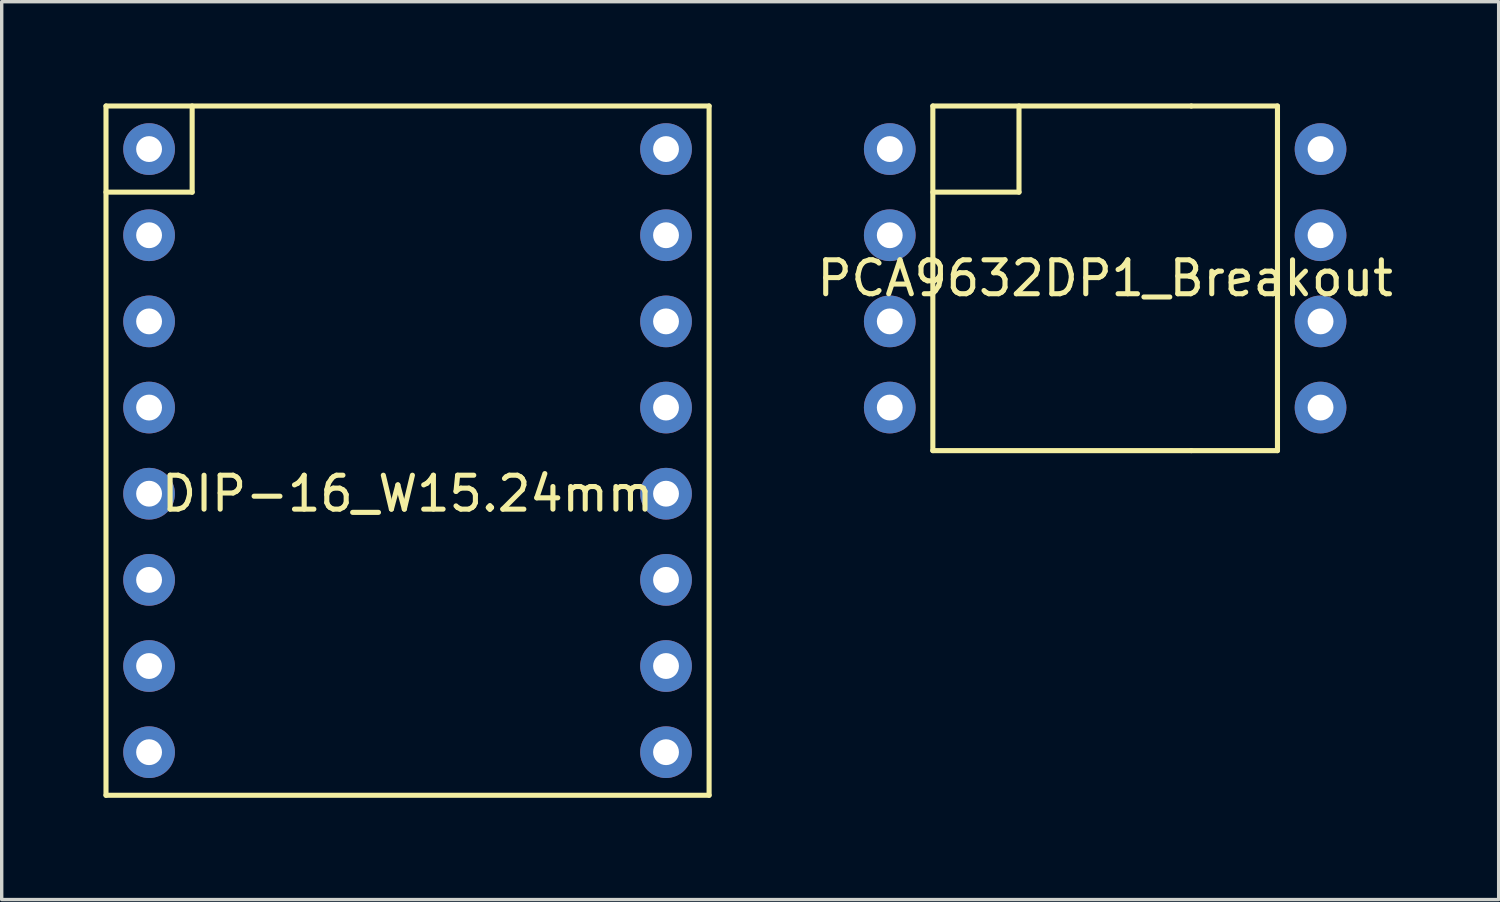
<source format=kicad_pcb>
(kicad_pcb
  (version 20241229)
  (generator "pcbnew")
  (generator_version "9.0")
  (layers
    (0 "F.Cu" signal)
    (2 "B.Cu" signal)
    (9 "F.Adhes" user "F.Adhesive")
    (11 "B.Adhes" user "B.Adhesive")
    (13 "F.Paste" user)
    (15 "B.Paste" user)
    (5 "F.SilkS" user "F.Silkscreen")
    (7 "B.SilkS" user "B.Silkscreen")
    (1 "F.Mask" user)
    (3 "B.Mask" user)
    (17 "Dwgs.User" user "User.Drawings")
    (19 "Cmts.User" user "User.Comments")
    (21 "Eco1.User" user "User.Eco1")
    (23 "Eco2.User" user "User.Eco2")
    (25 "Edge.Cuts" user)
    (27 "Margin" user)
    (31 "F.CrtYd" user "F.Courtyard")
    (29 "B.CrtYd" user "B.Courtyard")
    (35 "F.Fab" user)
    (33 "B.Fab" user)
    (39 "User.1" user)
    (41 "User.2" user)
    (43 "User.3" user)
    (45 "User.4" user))
  (footprint "PCA9632DP1_Breakout"
    (layer "F.Cu")
    (at 23.181 1.345)
    (property "Reference" "PCA9632DP1_Breakout" (at 6.35 3.81 0) (layer "F.SilkS") (effects (font (size 1 1) (thickness 0.15))))
    (attr through_hole)
    (fp_line (start 1.27 -1.27) (end 8.89 -1.27) (stroke (width 0.15) (type solid)) (layer "F.SilkS"))
    (fp_line (start 1.27 1.27) (end 3.81 1.27) (stroke (width 0.15) (type solid)) (layer "F.SilkS"))
    (fp_line (start 1.27 8.89) (end 1.27 -1.27) (stroke (width 0.15) (type solid)) (layer "F.SilkS"))
    (fp_line (start 3.81 1.27) (end 3.81 -1.27) (stroke (width 0.15) (type solid)) (layer "F.SilkS"))
    (fp_line (start 8.89 8.89) (end 1.27 8.89) (stroke (width 0.15) (type solid)) (layer "F.SilkS"))
    (fp_line (start 11.43 -1.27) (end 8.89 -1.27) (stroke (width 0.15) (type solid)) (layer "F.SilkS"))
    (fp_line (start 11.43 -1.27) (end 11.43 8.89) (stroke (width 0.15) (type solid)) (layer "F.SilkS"))
    (fp_line (start 11.43 8.89) (end 8.89 8.89) (stroke (width 0.15) (type solid)) (layer "F.SilkS"))
    (pad "1" thru_hole circle (at 0 0) (size 1.524 1.524) (drill 0.762) (layers "*.Cu" "*.Mask"))
    (pad "2" thru_hole circle (at 0 2.54) (size 1.524 1.524) (drill 0.762) (layers "*.Cu" "*.Mask"))
    (pad "3" thru_hole circle (at 0 5.08) (size 1.524 1.524) (drill 0.762) (layers "*.Cu" "*.Mask"))
    (pad "4" thru_hole circle (at 0 7.62) (size 1.524 1.524) (drill 0.762) (layers "*.Cu" "*.Mask"))
    (pad "5" thru_hole circle (at 12.7 7.62) (size 1.524 1.524) (drill 0.762) (layers "*.Cu" "*.Mask"))
    (pad "6" thru_hole circle (at 12.7 5.08) (size 1.524 1.524) (drill 0.762) (layers "*.Cu" "*.Mask"))
    (pad "7" thru_hole circle (at 12.7 2.54) (size 1.524 1.524) (drill 0.762) (layers "*.Cu" "*.Mask"))
    (pad "8" thru_hole circle (at 12.7 0) (size 1.524 1.524) (drill 0.762) (layers "*.Cu" "*.Mask")))
  (footprint "DIP-16_W15.24mm"
    (layer "F.Cu")
    (at 8.965 11.505)
    (property "Reference" "DIP-16_W15.24mm" (at 0 0 0) (layer "F.SilkS") (effects (font (size 1 1) (thickness 0.15))))
    (attr through_hole)
    (fp_line (start -8.89 -11.43) (end -8.89 8.89) (stroke (width 0.15) (type solid)) (layer "F.SilkS"))
    (fp_line (start -8.89 -11.43) (end 8.89 -11.43) (stroke (width 0.15) (type solid)) (layer "F.SilkS"))
    (fp_line (start -8.89 -8.89) (end -6.35 -8.89) (stroke (width 0.15) (type solid)) (layer "F.SilkS"))
    (fp_line (start -6.35 -8.89) (end -6.35 -11.43) (stroke (width 0.15) (type solid)) (layer "F.SilkS"))
    (fp_line (start 8.89 -11.43) (end 8.89 8.89) (stroke (width 0.15) (type solid)) (layer "F.SilkS"))
    (fp_line (start 8.89 8.89) (end -8.89 8.89) (stroke (width 0.15) (type solid)) (layer "F.SilkS"))
    (pad "1" thru_hole circle (at -7.62 -10.16) (size 1.524 1.524) (drill 0.762) (layers "*.Cu" "*.Mask"))
    (pad "2" thru_hole circle (at -7.62 -7.62) (size 1.524 1.524) (drill 0.762) (layers "*.Cu" "*.Mask"))
    (pad "3" thru_hole circle (at -7.62 -5.08) (size 1.524 1.524) (drill 0.762) (layers "*.Cu" "*.Mask"))
    (pad "4" thru_hole circle (at -7.62 -2.54) (size 1.524 1.524) (drill 0.762) (layers "*.Cu" "*.Mask"))
    (pad "5" thru_hole circle (at -7.62 0) (size 1.524 1.524) (drill 0.762) (layers "*.Cu" "*.Mask"))
    (pad "6" thru_hole circle (at -7.62 2.54) (size 1.524 1.524) (drill 0.762) (layers "*.Cu" "*.Mask"))
    (pad "7" thru_hole circle (at -7.62 5.08) (size 1.524 1.524) (drill 0.762) (layers "*.Cu" "*.Mask"))
    (pad "8" thru_hole circle (at -7.62 7.62) (size 1.524 1.524) (drill 0.762) (layers "*.Cu" "*.Mask"))
    (pad "9" thru_hole circle (at 7.62 7.62) (size 1.524 1.524) (drill 0.762) (layers "*.Cu" "*.Mask"))
    (pad "10" thru_hole circle (at 7.62 5.08) (size 1.524 1.524) (drill 0.762) (layers "*.Cu" "*.Mask"))
    (pad "11" thru_hole circle (at 7.62 2.54) (size 1.524 1.524) (drill 0.762) (layers "*.Cu" "*.Mask"))
    (pad "12" thru_hole circle (at 7.62 0) (size 1.524 1.524) (drill 0.762) (layers "*.Cu" "*.Mask"))
    (pad "13" thru_hole circle (at 7.62 -2.54) (size 1.524 1.524) (drill 0.762) (layers "*.Cu" "*.Mask"))
    (pad "14" thru_hole circle (at 7.62 -5.08) (size 1.524 1.524) (drill 0.762) (layers "*.Cu" "*.Mask"))
    (pad "15" thru_hole circle (at 7.62 -7.62) (size 1.524 1.524) (drill 0.762) (layers "*.Cu" "*.Mask"))
    (pad "16" thru_hole circle (at 7.62 -10.16) (size 1.524 1.524) (drill 0.762) (layers "*.Cu" "*.Mask")))
  (gr_rect
    (start -3 -3)
    (end 41.132 23.47)
    (stroke (width 0.1) (type default))
    (fill no)
    (layer "Edge.Cuts")))
</source>
